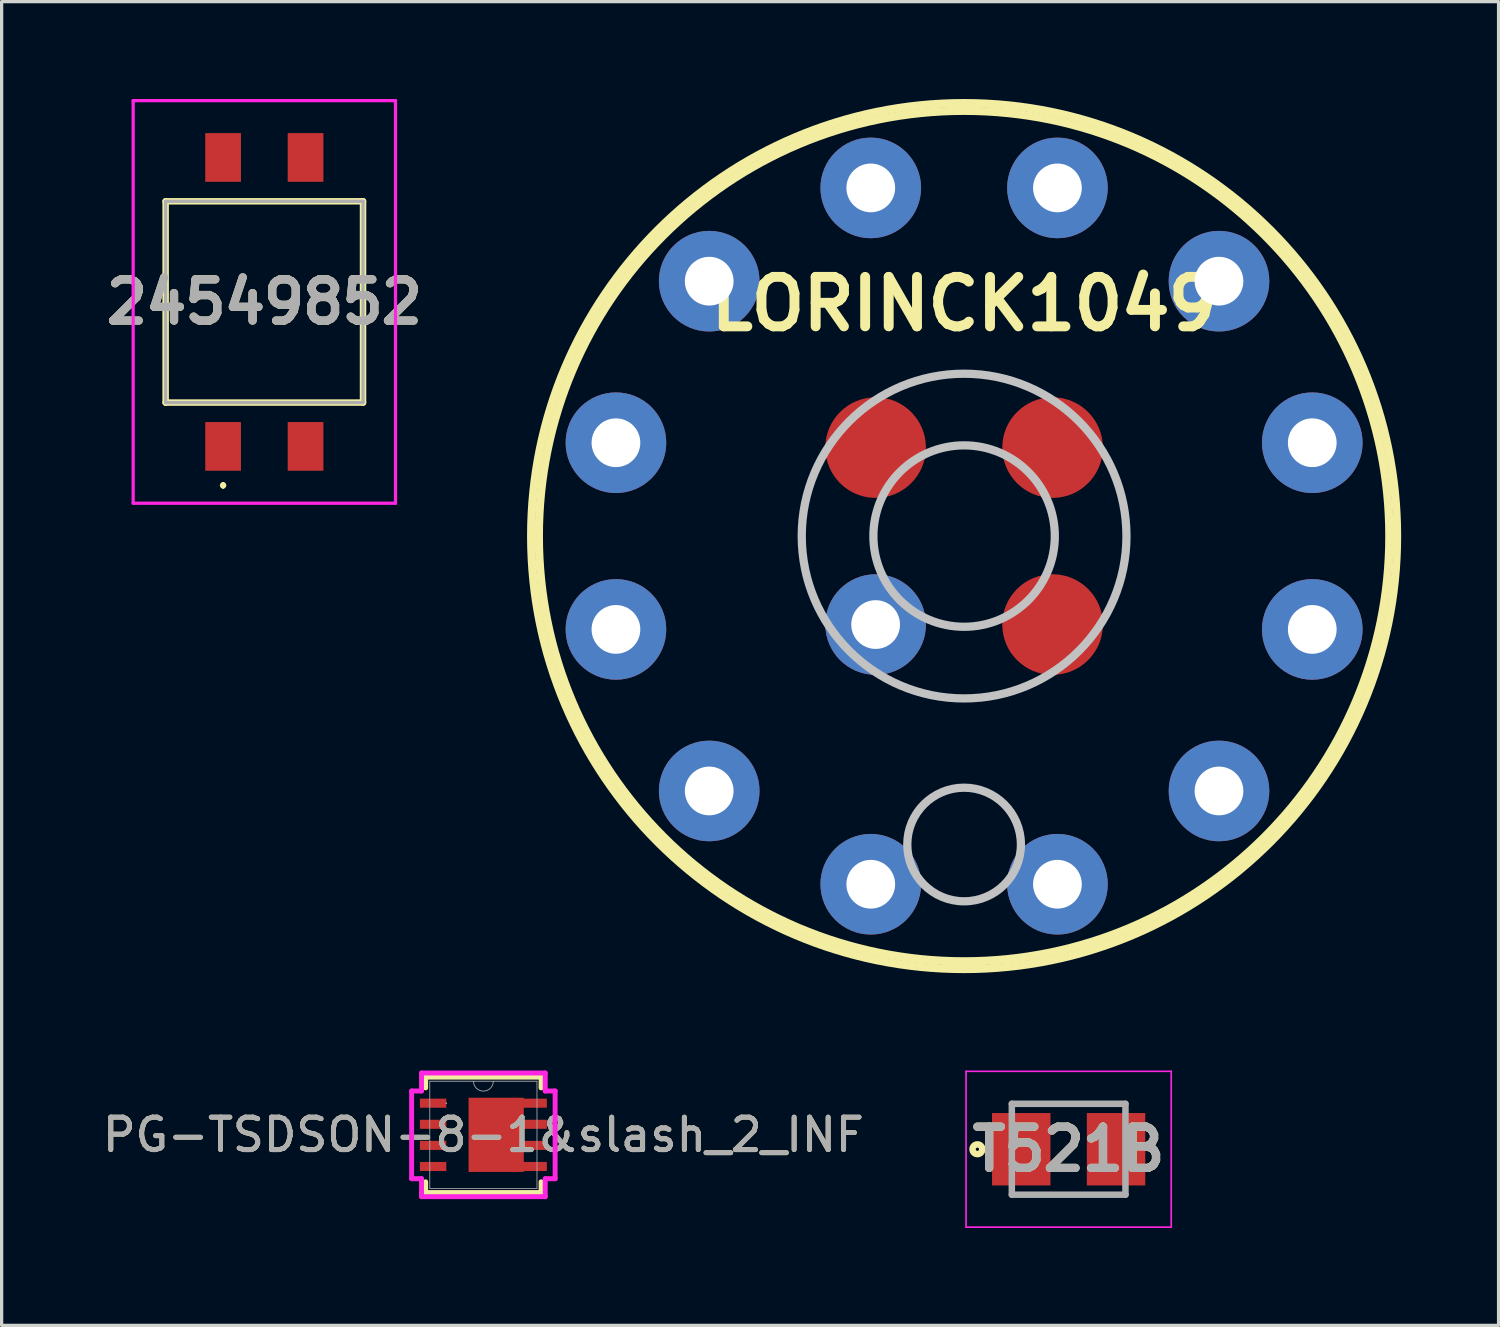
<source format=kicad_pcb>
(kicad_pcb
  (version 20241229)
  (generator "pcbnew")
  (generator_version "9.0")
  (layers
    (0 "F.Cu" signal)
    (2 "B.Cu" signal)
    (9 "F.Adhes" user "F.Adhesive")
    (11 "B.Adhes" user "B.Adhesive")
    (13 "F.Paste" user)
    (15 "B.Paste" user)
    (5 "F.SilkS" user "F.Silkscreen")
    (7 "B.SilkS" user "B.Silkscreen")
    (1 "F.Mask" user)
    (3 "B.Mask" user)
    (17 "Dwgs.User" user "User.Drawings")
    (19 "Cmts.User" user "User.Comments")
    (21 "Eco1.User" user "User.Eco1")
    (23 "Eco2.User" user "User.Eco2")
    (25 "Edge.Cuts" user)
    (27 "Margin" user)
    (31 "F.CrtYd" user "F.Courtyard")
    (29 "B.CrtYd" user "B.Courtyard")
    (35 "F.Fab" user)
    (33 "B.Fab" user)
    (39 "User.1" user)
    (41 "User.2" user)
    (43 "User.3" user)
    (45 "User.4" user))
  (footprint "T521B"
    (layer "F.Cu")
    (at 29.866 32.349)
    (property "Reference" "T521B" (at 0 0 0) (layer "F.SilkS") (effects (font (size 1.27 1.27) (thickness 0.254))))
    (attr smd)
    (fp_line (start -1.75 -1.4) (end 1.75 -1.4) (stroke (width 0.1) (type solid)) (layer "F.SilkS"))
    (fp_line (start 1.75 1.4) (end -1.75 1.4) (stroke (width 0.1) (type solid)) (layer "F.SilkS"))
    (fp_circle (center -2.81 0) (end -2.81 0.05) (stroke (width 0.2) (type solid)) (fill no) (layer "F.SilkS"))
    (fp_line (start -3.16 -2.4) (end 3.16 -2.4) (stroke (width 0.05) (type solid)) (layer "F.CrtYd"))
    (fp_line (start -3.16 2.4) (end -3.16 -2.4) (stroke (width 0.05) (type solid)) (layer "F.CrtYd"))
    (fp_line (start 3.16 -2.4) (end 3.16 2.4) (stroke (width 0.05) (type solid)) (layer "F.CrtYd"))
    (fp_line (start 3.16 2.4) (end -3.16 2.4) (stroke (width 0.05) (type solid)) (layer "F.CrtYd"))
    (fp_line (start -1.75 -1.4) (end 1.75 -1.4) (stroke (width 0.2) (type solid)) (layer "F.Fab"))
    (fp_line (start -1.75 1.4) (end -1.75 -1.4) (stroke (width 0.2) (type solid)) (layer "F.Fab"))
    (fp_line (start 1.75 -1.4) (end 1.75 1.4) (stroke (width 0.2) (type solid)) (layer "F.Fab"))
    (fp_line (start 1.75 1.4) (end -1.75 1.4) (stroke (width 0.2) (type solid)) (layer "F.Fab"))
    (fp_text user "${REFERENCE}" (at 0 0 0) (layer "F.Fab") (effects (font (size 1.27 1.27) (thickness 0.254))))
    (pad "1" smd rect (at -1.46 0) (size 1.8 2.23) (layers "F.Cu" "F.Mask" "F.Paste"))
    (pad "2" smd rect (at 1.46 0) (size 1.8 2.23) (layers "F.Cu" "F.Mask" "F.Paste")))
  (footprint "24549852"
    (layer "F.Cu")
    (at 5.092 6.25)
    (property "Reference" "24549852" (at 0 0 0) (layer "F.SilkS") (effects (font (size 1.27 1.27) (thickness 0.254))))
    (attr smd)
    (fp_line (start -3.04 -3.1) (end 3.04 -3.1) (stroke (width 0.2) (type solid)) (layer "F.SilkS"))
    (fp_line (start -3.04 3.1) (end -3.04 -3.1) (stroke (width 0.2) (type solid)) (layer "F.SilkS"))
    (fp_line (start -1.27 5.6) (end -1.27 5.6) (stroke (width 0.1) (type solid)) (layer "F.SilkS"))
    (fp_line (start -1.27 5.7) (end -1.27 5.7) (stroke (width 0.1) (type solid)) (layer "F.SilkS"))
    (fp_line (start 3.04 -3.1) (end 3.04 3.1) (stroke (width 0.2) (type solid)) (layer "F.SilkS"))
    (fp_line (start 3.04 3.1) (end -3.04 3.1) (stroke (width 0.2) (type solid)) (layer "F.SilkS"))
    (fp_arc (start -1.27 5.6) (mid -1.22 5.65) (end -1.27 5.7) (stroke (width 0.1) (type solid)) (layer "F.SilkS"))
    (fp_arc (start -1.27 5.7) (mid -1.32 5.65) (end -1.27 5.6) (stroke (width 0.1) (type solid)) (layer "F.SilkS"))
    (fp_line (start -4.04 -6.2) (end 4.04 -6.2) (stroke (width 0.1) (type solid)) (layer "F.CrtYd"))
    (fp_line (start -4.04 6.2) (end -4.04 -6.2) (stroke (width 0.1) (type solid)) (layer "F.CrtYd"))
    (fp_line (start 4.04 -6.2) (end 4.04 6.2) (stroke (width 0.1) (type solid)) (layer "F.CrtYd"))
    (fp_line (start 4.04 6.2) (end -4.04 6.2) (stroke (width 0.1) (type solid)) (layer "F.CrtYd"))
    (fp_line (start -3.04 -3.1) (end 3.04 -3.1) (stroke (width 0.1) (type solid)) (layer "F.Fab"))
    (fp_line (start -3.04 3.1) (end -3.04 -3.1) (stroke (width 0.1) (type solid)) (layer "F.Fab"))
    (fp_line (start 3.04 -3.1) (end 3.04 3.1) (stroke (width 0.1) (type solid)) (layer "F.Fab"))
    (fp_line (start 3.04 3.1) (end -3.04 3.1) (stroke (width 0.1) (type solid)) (layer "F.Fab"))
    (fp_text user "${REFERENCE}" (at 0 0 0) (layer "F.Fab") (effects (font (size 1.27 1.27) (thickness 0.254))))
    (pad "A1" smd rect (at -1.27 4.45) (size 1.1 1.5) (layers "F.Cu" "F.Mask" "F.Paste"))
    (pad "A2" smd rect (at 1.27 4.45) (size 1.1 1.5) (layers "F.Cu" "F.Mask" "F.Paste"))
    (pad "B1" smd rect (at -1.27 -4.45) (size 1.1 1.5) (layers "F.Cu" "F.Mask" "F.Paste"))
    (pad "B2" smd rect (at 1.27 -4.45) (size 1.1 1.5) (layers "F.Cu" "F.Mask" "F.Paste")))
  (footprint "LORINCK1049"
    (layer "F.Cu")
    (at 26.646 13.462)
    (property "Reference" "LORINCK1049" (at 0 -7.149 0) (layer "F.SilkS") (effects (font (size 1.524 1.524) (thickness 0.305))))
    (attr through_hole)
    (fp_circle (center 0 0) (end 13.099 0) (stroke (width 0.254) (type solid)) (fill no) (layer "F.SilkS"))
    (fp_circle (center 0 0) (end 13.335 0) (stroke (width 0.254) (type solid)) (fill no) (layer "F.SilkS"))
    (fp_circle (center 0 0) (end 2.794 0) (stroke (width 0.254) (type solid)) (fill no) (layer "Dwgs.User"))
    (fp_circle (center 0 0) (end 5.001 0) (stroke (width 0.254) (type solid)) (fill no) (layer "Dwgs.User"))
    (fp_circle (center 0 9.5) (end 1.75 9.5) (stroke (width 0.254) (type solid)) (fill no) (layer "Dwgs.User"))
    (pad "1" thru_hole circle (at -2.875 10.724) (size 3.099 3.099) (drill 1.501) (layers "*.Cu" "*.Mask"))
    (pad "2" thru_hole circle (at -7.851 7.851) (size 3.099 3.099) (drill 1.501) (layers "*.Cu" "*.Mask"))
    (pad "3" thru_hole circle (at -10.724 2.875) (size 3.099 3.099) (drill 1.501) (layers "*.Cu" "*.Mask"))
    (pad "4" thru_hole circle (at -10.724 -2.875) (size 3.099 3.099) (drill 1.501) (layers "*.Cu" "*.Mask"))
    (pad "5" thru_hole circle (at -7.851 -7.851) (size 3.099 3.099) (drill 1.501) (layers "*.Cu" "*.Mask"))
    (pad "6" thru_hole circle (at -2.875 -10.724) (size 3.099 3.099) (drill 1.501) (layers "*.Cu" "*.Mask"))
    (pad "7" thru_hole circle (at 2.875 -10.724) (size 3.099 3.099) (drill 1.501) (layers "*.Cu" "*.Mask"))
    (pad "8" thru_hole circle (at 7.851 -7.851) (size 3.099 3.099) (drill 1.501) (layers "*.Cu" "*.Mask"))
    (pad "9" thru_hole circle (at 10.724 -2.875) (size 3.099 3.099) (drill 1.501) (layers "*.Cu" "*.Mask"))
    (pad "10" thru_hole circle (at 10.724 2.875) (size 3.099 3.099) (drill 1.501) (layers "*.Cu" "*.Mask"))
    (pad "11" thru_hole circle (at 7.851 7.851) (size 3.099 3.099) (drill 1.501) (layers "*.Cu" "*.Mask"))
    (pad "12" thru_hole circle (at 2.875 10.724) (size 3.099 3.099) (drill 1.501) (layers "*.Cu" "*.Mask"))
    (pad "A" thru_hole circle (at -2.725 2.725) (size 3.099 3.099) (drill 1.501) (layers "*.Cu" "*.Mask"))
    (pad "B" smd circle (at -2.725 -2.725) (size 3.099 3.099) (layers "F.Cu" "F.Mask" "F.Paste"))
    (pad "C" smd circle (at 2.725 -2.725) (size 3.099 3.099) (layers "F.Cu" "F.Mask" "F.Paste"))
    (pad "D" smd circle (at 2.725 2.725) (size 3.099 3.099) (layers "F.Cu" "F.Mask" "F.Paste")))
  (footprint "PG-TSDSON-8-1&slash_2_INF"
    (layer "F.Cu")
    (at 11.839 31.905)
    (property "Reference" "PG-TSDSON-8-1&slash_2_INF" (at 0 0 0) (unlocked yes) (layer "F.SilkS") (effects (font (size 1 1) (thickness 0.15))))
    (attr smd)
    (fp_poly (pts (xy 1.245 -1.143) (xy -0.457 -1.143) (xy -0.457 1.143) (xy 1.245 1.143)) (stroke (width 0) (type solid)) (fill yes) (layer "F.Cu"))
    (fp_poly (pts (xy 1.245 -1.143) (xy -0.457 -1.143) (xy -0.457 1.143) (xy 1.245 1.143)) (stroke (width 0) (type solid)) (fill yes) (layer "F.Mask"))
    (fp_line (start -1.778 -1.778) (end -1.778 -1.447) (stroke (width 0.152) (type solid)) (layer "F.SilkS"))
    (fp_line (start -1.778 1.447) (end -1.778 1.778) (stroke (width 0.152) (type solid)) (layer "F.SilkS"))
    (fp_line (start -1.778 1.778) (end 1.778 1.778) (stroke (width 0.152) (type solid)) (layer "F.SilkS"))
    (fp_line (start 1.778 -1.778) (end -1.778 -1.778) (stroke (width 0.152) (type solid)) (layer "F.SilkS"))
    (fp_line (start 1.778 -1.447) (end 1.778 -1.778) (stroke (width 0.152) (type solid)) (layer "F.SilkS"))
    (fp_line (start 1.778 1.778) (end 1.778 1.447) (stroke (width 0.152) (type solid)) (layer "F.SilkS"))
    (fp_poly (pts (xy 1.245 -1.143) (xy -0.457 -1.143) (xy -0.457 1.143) (xy 1.245 1.143)) (stroke (width 0) (type solid)) (fill yes) (layer "F.Paste"))
    (fp_line (start -2.21 -1.351) (end -1.905 -1.351) (stroke (width 0.152) (type solid)) (layer "F.CrtYd"))
    (fp_line (start -2.21 1.351) (end -2.21 -1.351) (stroke (width 0.152) (type solid)) (layer "F.CrtYd"))
    (fp_line (start -2.21 1.351) (end -1.905 1.351) (stroke (width 0.152) (type solid)) (layer "F.CrtYd"))
    (fp_line (start -1.905 -1.905) (end 1.905 -1.905) (stroke (width 0.152) (type solid)) (layer "F.CrtYd"))
    (fp_line (start -1.905 -1.351) (end -1.905 -1.905) (stroke (width 0.152) (type solid)) (layer "F.CrtYd"))
    (fp_line (start -1.905 1.905) (end -1.905 1.351) (stroke (width 0.152) (type solid)) (layer "F.CrtYd"))
    (fp_line (start 1.905 -1.905) (end 1.905 -1.351) (stroke (width 0.152) (type solid)) (layer "F.CrtYd"))
    (fp_line (start 1.905 1.351) (end 1.905 1.905) (stroke (width 0.152) (type solid)) (layer "F.CrtYd"))
    (fp_line (start 1.905 1.905) (end -1.905 1.905) (stroke (width 0.152) (type solid)) (layer "F.CrtYd"))
    (fp_line (start 2.21 -1.351) (end 1.905 -1.351) (stroke (width 0.152) (type solid)) (layer "F.CrtYd"))
    (fp_line (start 2.21 -1.351) (end 2.21 1.351) (stroke (width 0.152) (type solid)) (layer "F.CrtYd"))
    (fp_line (start 2.21 1.351) (end 1.905 1.351) (stroke (width 0.152) (type solid)) (layer "F.CrtYd"))
    (fp_line (start -1.651 -1.651) (end -1.651 1.651) (stroke (width 0.025) (type solid)) (layer "F.Fab"))
    (fp_line (start -1.651 1.651) (end 1.651 1.651) (stroke (width 0.025) (type solid)) (layer "F.Fab"))
    (fp_line (start 1.651 -1.651) (end -1.651 -1.651) (stroke (width 0.025) (type solid)) (layer "F.Fab"))
    (fp_line (start 1.651 1.651) (end 1.651 -1.651) (stroke (width 0.025) (type solid)) (layer "F.Fab"))
    (fp_arc (start 0.3048 -1.651) (mid 0 -1.3462) (end -0.3048 -1.651) (stroke (width 0.0254) (type solid)) (layer "F.Fab"))
    (fp_circle (center -1.143 -0.975) (end -1.143 -0.975) (stroke (width 0.025) (type solid)) (fill no) (layer "F.Fab"))
    (fp_text user "${REFERENCE}" (at 0 0 0) (unlocked yes) (layer "F.Fab") (effects (font (size 1 1) (thickness 0.15))))
    (pad "1" smd rect (at -1.549 -0.975) (size 0.813 0.279) (layers "F.Cu" "F.Mask" "F.Paste"))
    (pad "2" smd rect (at -1.549 -0.325) (size 0.813 0.279) (layers "F.Cu" "F.Mask" "F.Paste"))
    (pad "3" smd rect (at -1.549 0.325) (size 0.813 0.279) (layers "F.Cu" "F.Mask" "F.Paste"))
    (pad "4" smd rect (at -1.549 0.975) (size 0.813 0.279) (layers "F.Cu" "F.Mask" "F.Paste"))
    (pad "5" smd rect (at 1.549 0.975) (size 0.813 0.279) (layers "F.Cu" "F.Mask" "F.Paste"))
    (pad "6" smd rect (at 1.549 0.325) (size 0.813 0.279) (layers "F.Cu" "F.Mask" "F.Paste"))
    (pad "7" smd rect (at 1.549 -0.325) (size 0.813 0.279) (layers "F.Cu" "F.Mask" "F.Paste"))
    (pad "8" smd rect (at 1.549 -0.975) (size 0.813 0.279) (layers "F.Cu" "F.Mask" "F.Paste")))
  (gr_rect
    (start -3 -3)
    (end 43.108 37.774)
    (stroke (width 0.1) (type default))
    (fill no)
    (layer "Edge.Cuts")))
</source>
